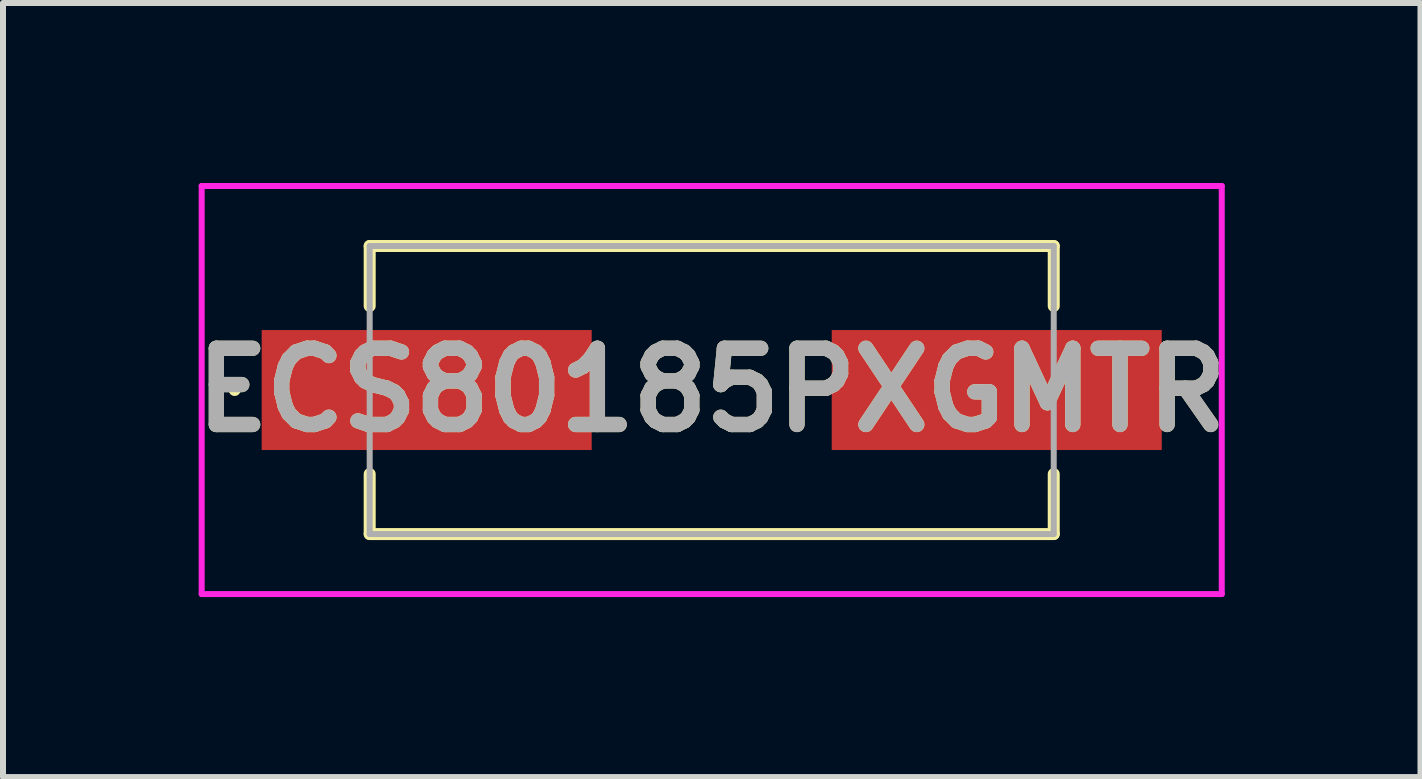
<source format=kicad_pcb>
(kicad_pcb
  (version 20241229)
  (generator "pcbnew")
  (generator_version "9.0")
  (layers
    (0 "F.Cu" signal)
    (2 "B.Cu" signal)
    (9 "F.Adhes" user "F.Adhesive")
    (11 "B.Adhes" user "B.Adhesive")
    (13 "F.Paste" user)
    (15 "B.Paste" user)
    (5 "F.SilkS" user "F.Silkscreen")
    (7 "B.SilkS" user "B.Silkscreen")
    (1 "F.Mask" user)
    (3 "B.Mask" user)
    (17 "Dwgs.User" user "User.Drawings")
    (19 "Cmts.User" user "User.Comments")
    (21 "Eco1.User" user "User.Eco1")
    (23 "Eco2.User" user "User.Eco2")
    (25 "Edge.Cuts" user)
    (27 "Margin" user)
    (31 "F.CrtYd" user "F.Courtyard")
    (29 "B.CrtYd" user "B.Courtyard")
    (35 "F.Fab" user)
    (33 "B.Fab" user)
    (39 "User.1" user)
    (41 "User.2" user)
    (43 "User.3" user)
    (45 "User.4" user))
  (footprint "ECS80185PXGMTR"
    (layer "F.Cu")
    (at 8.811 3.45)
    (property "Reference" "ECS80185PXGMTR" (at 0 0 0) (layer "F.SilkS") (effects (font (size 1.27 1.27) (thickness 0.254))))
    (attr smd)
    (fp_line (start -8 0) (end -8 0) (stroke (width 0.1) (type solid)) (layer "F.SilkS"))
    (fp_line (start -7.9 0) (end -7.9 0) (stroke (width 0.1) (type solid)) (layer "F.SilkS"))
    (fp_line (start -5.7 -2.4) (end 5.7 -2.4) (stroke (width 0.2) (type solid)) (layer "F.SilkS"))
    (fp_line (start -5.7 -1.4) (end -5.7 -2.4) (stroke (width 0.2) (type solid)) (layer "F.SilkS"))
    (fp_line (start -5.7 1.4) (end -5.7 2.4) (stroke (width 0.2) (type solid)) (layer "F.SilkS"))
    (fp_line (start -5.7 2.4) (end 5.7 2.4) (stroke (width 0.2) (type solid)) (layer "F.SilkS"))
    (fp_line (start 5.7 -2.4) (end 5.7 -1.4) (stroke (width 0.2) (type solid)) (layer "F.SilkS"))
    (fp_line (start 5.7 2.4) (end 5.7 1.4) (stroke (width 0.2) (type solid)) (layer "F.SilkS"))
    (fp_arc (start -8 0) (mid -7.95 -0.05) (end -7.9 0) (stroke (width 0.1) (type solid)) (layer "F.SilkS"))
    (fp_arc (start -7.9 0) (mid -7.95 0.05) (end -8 0) (stroke (width 0.1) (type solid)) (layer "F.SilkS"))
    (fp_line (start -8.5 -3.4) (end 8.5 -3.4) (stroke (width 0.1) (type solid)) (layer "F.CrtYd"))
    (fp_line (start -8.5 3.4) (end -8.5 -3.4) (stroke (width 0.1) (type solid)) (layer "F.CrtYd"))
    (fp_line (start 8.5 -3.4) (end 8.5 3.4) (stroke (width 0.1) (type solid)) (layer "F.CrtYd"))
    (fp_line (start 8.5 3.4) (end -8.5 3.4) (stroke (width 0.1) (type solid)) (layer "F.CrtYd"))
    (fp_line (start -5.7 -2.4) (end 5.7 -2.4) (stroke (width 0.1) (type solid)) (layer "F.Fab"))
    (fp_line (start -5.7 2.4) (end -5.7 -2.4) (stroke (width 0.1) (type solid)) (layer "F.Fab"))
    (fp_line (start 5.7 -2.4) (end 5.7 2.4) (stroke (width 0.1) (type solid)) (layer "F.Fab"))
    (fp_line (start 5.7 2.4) (end -5.7 2.4) (stroke (width 0.1) (type solid)) (layer "F.Fab"))
    (fp_text user "${REFERENCE}" (at 0 0 0) (layer "F.Fab") (effects (font (size 1.27 1.27) (thickness 0.254))))
    (pad "1" smd rect (at -4.75 0 90) (size 2 5.5) (layers "F.Cu" "F.Mask" "F.Paste"))
    (pad "2" smd rect (at 4.75 0 90) (size 2 5.5) (layers "F.Cu" "F.Mask" "F.Paste")))
  (gr_rect
    (start -3 -3)
    (end 20.623 9.9)
    (stroke (width 0.1) (type default))
    (fill no)
    (layer "Edge.Cuts")))
</source>
